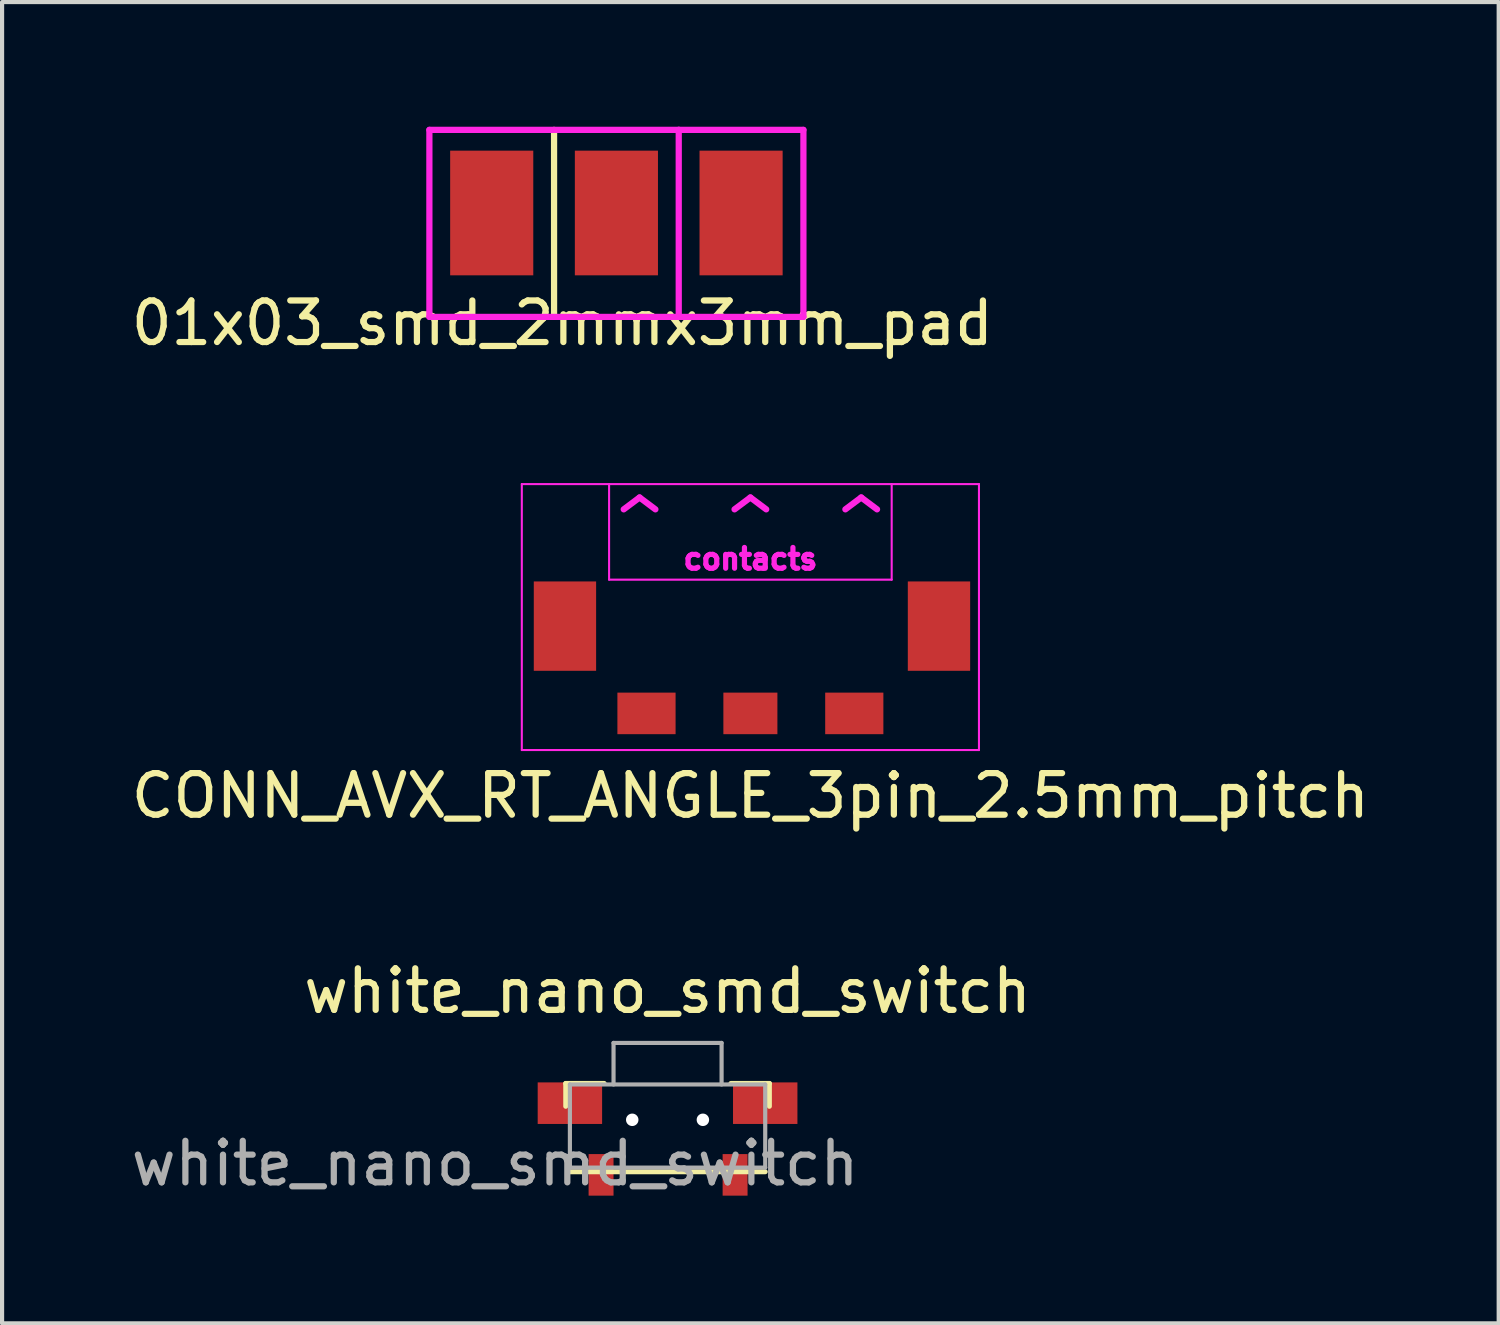
<source format=kicad_pcb>
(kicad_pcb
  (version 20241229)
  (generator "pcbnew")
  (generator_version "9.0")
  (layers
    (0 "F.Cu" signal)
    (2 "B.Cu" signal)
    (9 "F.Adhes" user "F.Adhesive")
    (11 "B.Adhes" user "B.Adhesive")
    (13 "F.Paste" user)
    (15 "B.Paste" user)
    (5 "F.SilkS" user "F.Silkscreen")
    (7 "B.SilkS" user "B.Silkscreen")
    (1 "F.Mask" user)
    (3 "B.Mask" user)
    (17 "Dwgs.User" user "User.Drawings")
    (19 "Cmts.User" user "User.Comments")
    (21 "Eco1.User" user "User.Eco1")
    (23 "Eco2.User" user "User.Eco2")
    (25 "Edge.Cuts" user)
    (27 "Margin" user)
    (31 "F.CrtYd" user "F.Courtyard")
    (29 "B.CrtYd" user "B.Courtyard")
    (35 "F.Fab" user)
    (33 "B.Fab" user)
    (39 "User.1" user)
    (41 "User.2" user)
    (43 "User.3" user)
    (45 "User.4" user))
  (footprint "01x03_smd_2mmx3mm_pad"
    (layer "F.Cu")
    (at 10.282 2.075)
    (property "Reference" "01x03_smd_2mmx3mm_pad" (at 0.2 2.65 0) (layer "F.SilkS") (effects (font (size 1 1) (thickness 0.15))))
    (attr through_hole)
    (fp_line (start 0 -2) (end 0 2.5) (stroke (width 0.15) (type solid)) (layer "F.SilkS"))
    (fp_line (start -3 -2) (end 3 -2) (stroke (width 0.15) (type solid)) (layer "F.CrtYd"))
    (fp_line (start -3 2.5) (end -3 -2) (stroke (width 0.15) (type solid)) (layer "F.CrtYd"))
    (fp_line (start 3 -2) (end 3 2.5) (stroke (width 0.15) (type solid)) (layer "F.CrtYd"))
    (fp_line (start 3 -2) (end 6 -2) (stroke (width 0.15) (type solid)) (layer "F.CrtYd"))
    (fp_line (start 3 2.5) (end -3 2.5) (stroke (width 0.15) (type solid)) (layer "F.CrtYd"))
    (fp_line (start 6 -2) (end 6 2.5) (stroke (width 0.15) (type solid)) (layer "F.CrtYd"))
    (fp_line (start 6 2.5) (end 3 2.5) (stroke (width 0.15) (type solid)) (layer "F.CrtYd"))
    (pad "1" smd rect (at -1.5 0) (size 2 3) (layers "F.Cu" "F.Mask" "F.Paste"))
    (pad "2" smd rect (at 1.5 0) (size 2 3) (layers "F.Cu" "F.Mask" "F.Paste"))
    (pad "2" smd rect (at 4.5 0) (size 2 3) (layers "F.Cu" "F.Mask" "F.Paste")))
  (footprint "CONN_AVX_RT_ANGLE_3pin_2.5mm_pitch"
    (layer "F.Cu")
    (at 15.006 11.998)
    (property "Reference" "CONN_AVX_RT_ANGLE_3pin_2.5mm_pitch" (at 0 4.1 0) (layer "F.SilkS") (effects (font (size 1 1) (thickness 0.15))))
    (attr through_hole)
    (fp_line (start -5.5 -3.4) (end 5.5 -3.4) (stroke (width 0.05) (type solid)) (layer "F.CrtYd"))
    (fp_line (start -5.5 3) (end -5.5 -3.4) (stroke (width 0.05) (type solid)) (layer "F.CrtYd"))
    (fp_line (start -3.4 -3.4) (end -3.4 -1.1) (stroke (width 0.05) (type solid)) (layer "F.CrtYd"))
    (fp_line (start -3.4 -1.1) (end 3.4 -1.1) (stroke (width 0.05) (type solid)) (layer "F.CrtYd"))
    (fp_line (start 3.4 -1.1) (end 3.4 -3.4) (stroke (width 0.05) (type solid)) (layer "F.CrtYd"))
    (fp_line (start 5.5 -3.4) (end 5.5 3) (stroke (width 0.05) (type solid)) (layer "F.CrtYd"))
    (fp_line (start 5.5 3) (end -5.5 3) (stroke (width 0.05) (type solid)) (layer "F.CrtYd"))
    (fp_text user "contacts" (at 0 -1.6 0) (layer "F.CrtYd") (effects (font (size 0.5 0.5) (thickness 0.125))))
    (fp_text user "^ ^ ^" (at 0 -1.9 0) (layer "F.CrtYd") (effects (font (size 2 2) (thickness 0.15))))
    (pad "" smd rect (at -4.462 0.018 180) (size 1.5 2.15) (layers "F.Cu" "F.Mask" "F.Paste"))
    (pad "" smd rect (at 4.538 0.018 180) (size 1.5 2.15) (layers "F.Cu" "F.Mask" "F.Paste"))
    (pad "1" smd rect (at -2.5 2.118 180) (size 1.4 1) (layers "F.Cu" "F.Mask" "F.Paste"))
    (pad "2" smd rect (at 0 2.118 180) (size 1.3 1) (layers "F.Cu" "F.Mask" "F.Paste"))
    (pad "3" smd rect (at 2.5 2.118 180) (size 1.4 1) (layers "F.Cu" "F.Mask" "F.Paste")))
  (footprint "white_nano_smd_switch"
    (layer "F.Cu")
    (at 13.013 23.295)
    (property "Reference" "white_nano_smd_switch" (at 0 -2.5 0) (layer "F.SilkS") (effects (font (size 1 1) (thickness 0.15))))
    (attr smd)
    (fp_line (start -2.45 0.275) (end -2.45 -0.275) (stroke (width 0.12) (type solid)) (layer "F.SilkS"))
    (fp_line (start -1.525 -0.275) (end -2.45 -0.275) (stroke (width 0.12) (type solid)) (layer "F.SilkS"))
    (fp_line (start 2.35 1.85) (end -2.35 1.85) (stroke (width 0.12) (type solid)) (layer "F.SilkS"))
    (fp_line (start 2.45 -0.275) (end 1.525 -0.275) (stroke (width 0.12) (type solid)) (layer "F.SilkS"))
    (fp_line (start 2.45 0.275) (end 2.45 -0.275) (stroke (width 0.12) (type solid)) (layer "F.SilkS"))
    (fp_line (start -2.35 -0.25) (end -2.35 1.75) (stroke (width 0.1) (type solid)) (layer "F.Fab"))
    (fp_line (start -1.3 -1.25) (end -1.3 -0.25) (stroke (width 0.1) (type solid)) (layer "F.Fab"))
    (fp_line (start 1.3 -1.25) (end -1.3 -1.25) (stroke (width 0.1) (type solid)) (layer "F.Fab"))
    (fp_line (start 1.3 -1.25) (end 1.3 -0.25) (stroke (width 0.1) (type solid)) (layer "F.Fab"))
    (fp_line (start 2.35 -0.25) (end -2.35 -0.25) (stroke (width 0.1) (type solid)) (layer "F.Fab"))
    (fp_line (start 2.35 -0.25) (end 2.35 1.75) (stroke (width 0.1) (type solid)) (layer "F.Fab"))
    (fp_line (start 2.35 1.75) (end -2.35 1.75) (stroke (width 0.1) (type solid)) (layer "F.Fab"))
    (fp_text user "${REFERENCE}" (at -4.15 1.65 0) (layer "F.Fab") (effects (font (size 1 1) (thickness 0.15))))
    (pad "" smd rect (at -2.35 0.2 180) (size 1.55 1) (layers "F.Cu" "F.Mask" "F.Paste"))
    (pad "" np_thru_hole circle (at -0.85 0.6) (size 0.3 0.3) (drill 0.3) (layers "*.Cu"))
    (pad "" np_thru_hole circle (at 0.85 0.6) (size 0.3 0.3) (drill 0.3) (layers "*.Cu"))
    (pad "" smd rect (at 2.35 0.2 180) (size 1.55 1) (layers "F.Cu" "F.Mask" "F.Paste"))
    (pad "1" smd rect (at -1.6 1.925 180) (size 0.6 1) (layers "F.Cu" "F.Mask" "F.Paste"))
    (pad "2" smd rect (at 1.625 1.925 180) (size 0.6 1) (layers "F.Cu" "F.Mask" "F.Paste")))
  (gr_rect
    (start -3 -3)
    (end 33.012 28.793)
    (stroke (width 0.1) (type default))
    (fill no)
    (layer "Edge.Cuts")))
</source>
